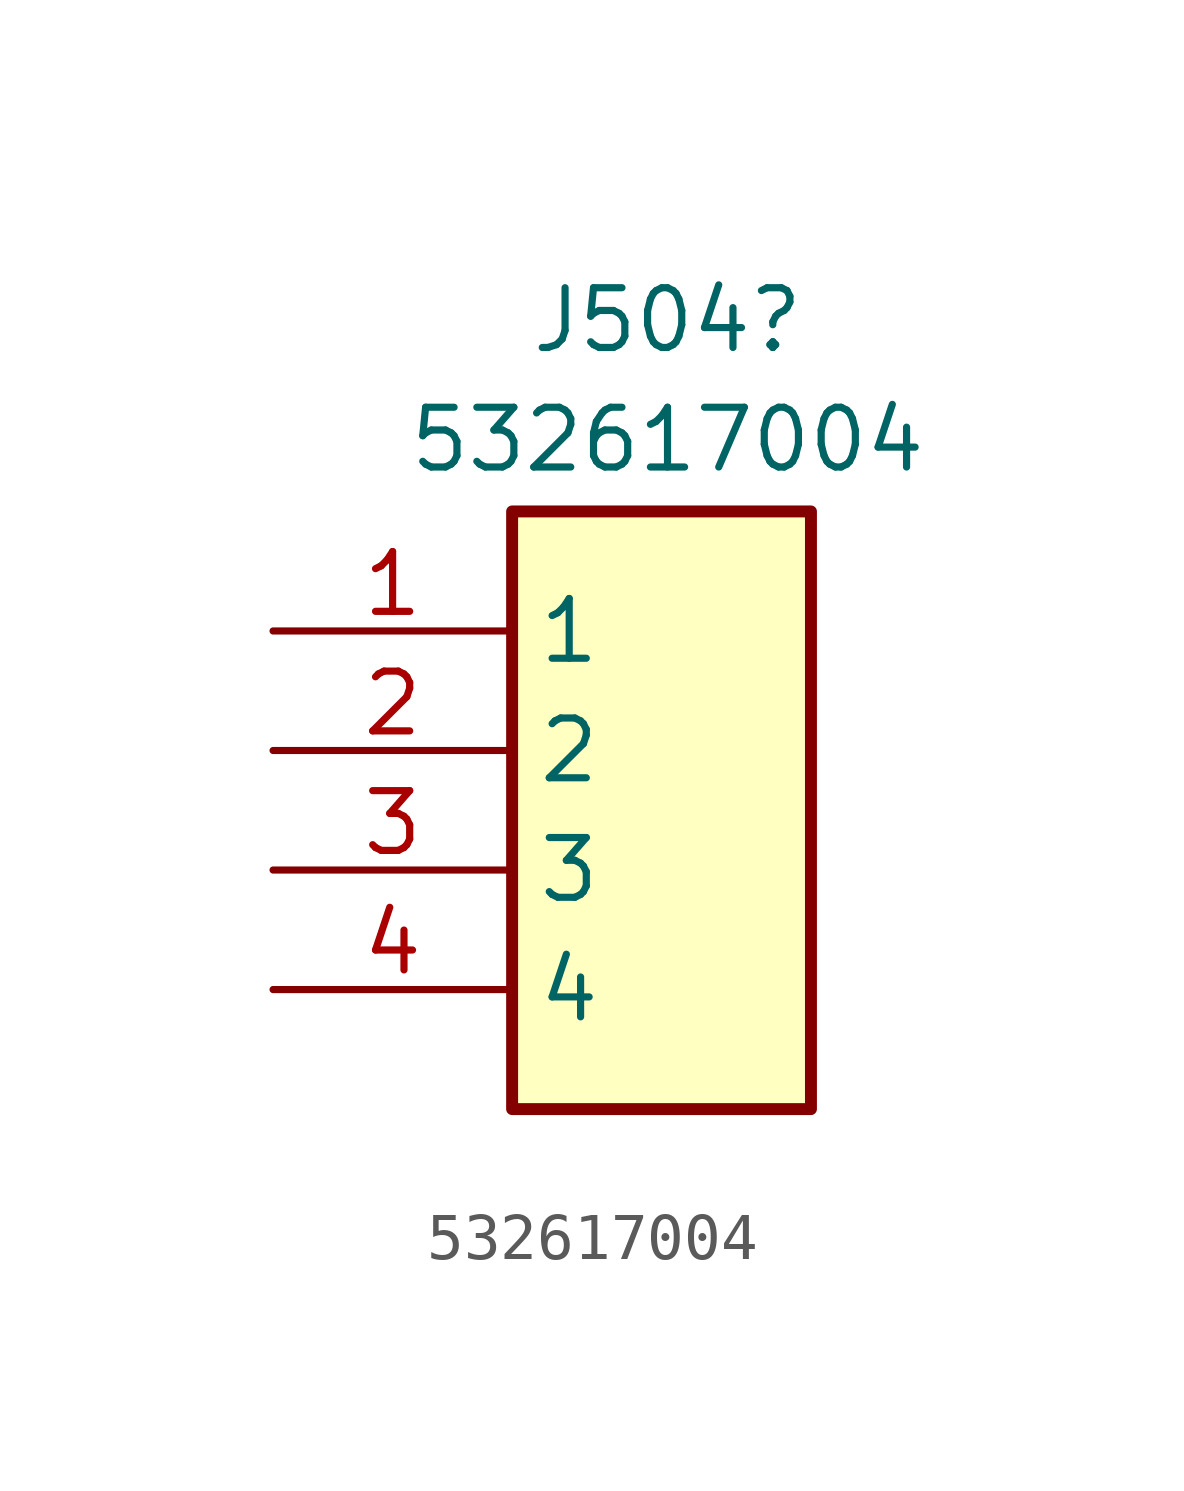
<source format=kicad_sym>
(kicad_symbol_lib
  (version 20241209)
  (generator "kicad_symbol_editor")
  (generator_version "9.0")
  (symbol "532617004"
    (property "Reference" "J504"
      (at 8.382 6.604 0)
      (do_not_autoplace)
      (effects (font (size 1.27 1.27))))
    (property "Value" "532617004"
      (at 8.382 4.064 0)
      (do_not_autoplace)
      (effects (font (size 1.27 1.27))))
    (symbol "532617004_1_1"
      (rectangle (start 5.08 2.54) (end 11.43 -10.16) (stroke (width 0.254) (type default)) (fill (type background)))
      (pin passive line (at 0 0 0) (length 5.08) (name "1" (effects (font (size 1.27 1.27)))) (number "1" (effects (font (size 1.27 1.27)))))
      (pin passive line (at 0 -2.54 0) (length 5.08) (name "2" (effects (font (size 1.27 1.27)))) (number "2" (effects (font (size 1.27 1.27)))))
      (pin passive line (at 0 -5.08 0) (length 5.08) (name "3" (effects (font (size 1.27 1.27)))) (number "3" (effects (font (size 1.27 1.27)))))
      (pin passive line (at 0 -7.62 0) (length 5.08) (name "4" (effects (font (size 1.27 1.27)))) (number "4" (effects (font (size 1.27 1.27))))))))
</source>
